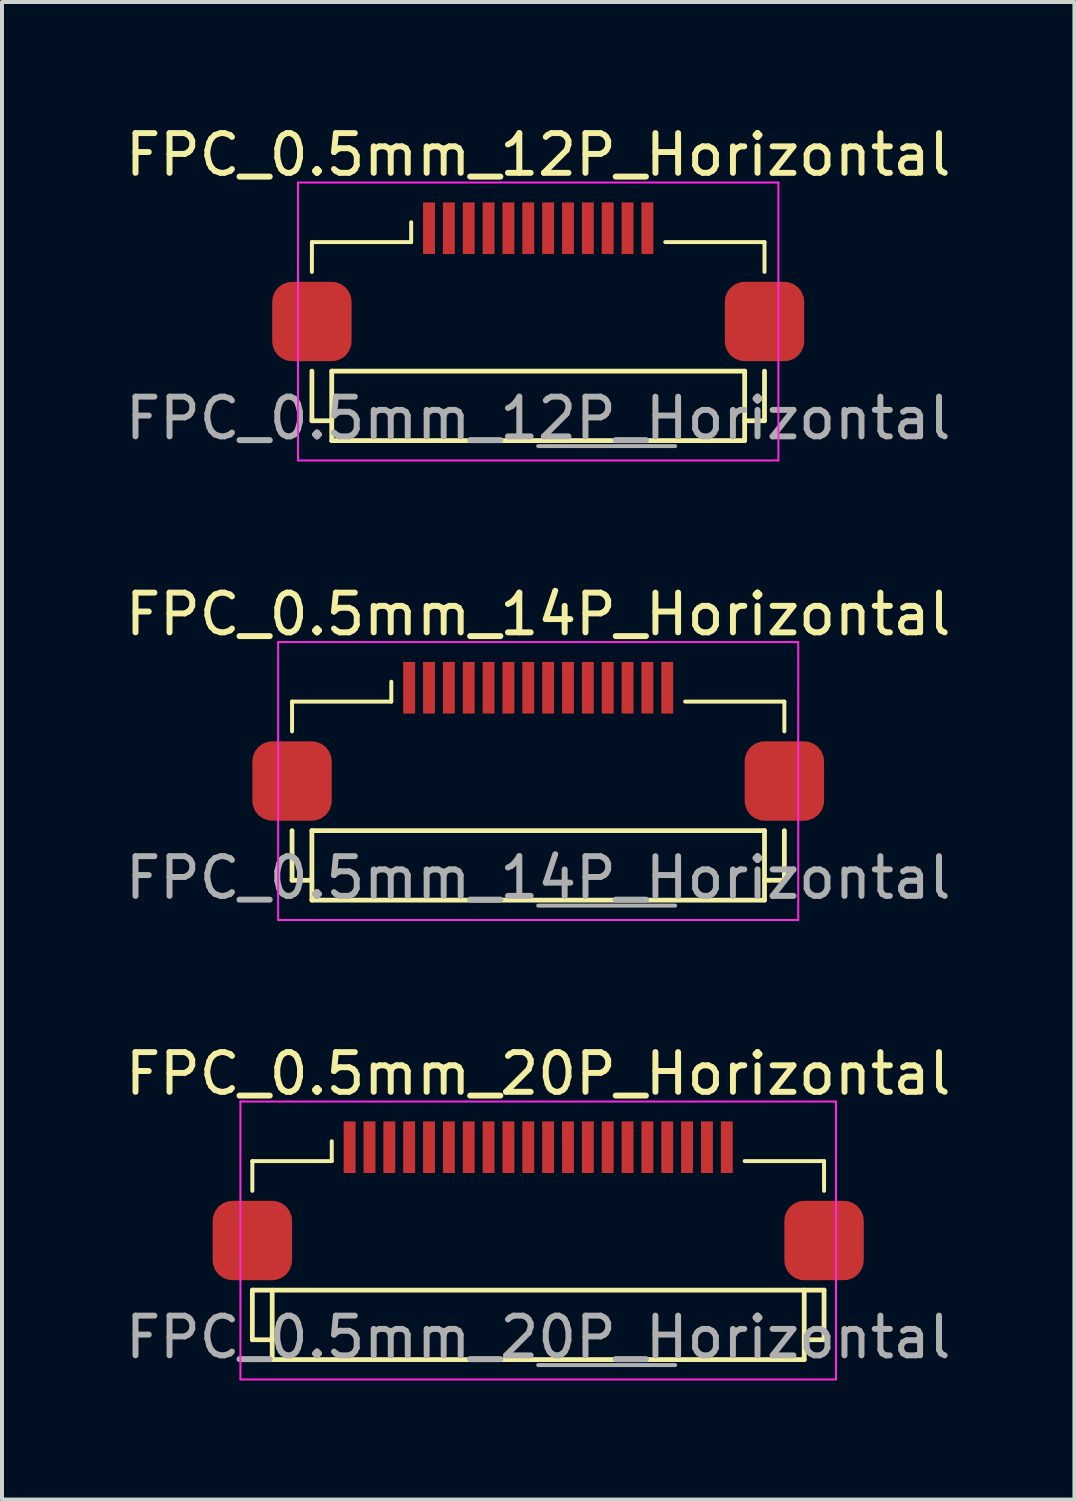
<source format=kicad_pcb>
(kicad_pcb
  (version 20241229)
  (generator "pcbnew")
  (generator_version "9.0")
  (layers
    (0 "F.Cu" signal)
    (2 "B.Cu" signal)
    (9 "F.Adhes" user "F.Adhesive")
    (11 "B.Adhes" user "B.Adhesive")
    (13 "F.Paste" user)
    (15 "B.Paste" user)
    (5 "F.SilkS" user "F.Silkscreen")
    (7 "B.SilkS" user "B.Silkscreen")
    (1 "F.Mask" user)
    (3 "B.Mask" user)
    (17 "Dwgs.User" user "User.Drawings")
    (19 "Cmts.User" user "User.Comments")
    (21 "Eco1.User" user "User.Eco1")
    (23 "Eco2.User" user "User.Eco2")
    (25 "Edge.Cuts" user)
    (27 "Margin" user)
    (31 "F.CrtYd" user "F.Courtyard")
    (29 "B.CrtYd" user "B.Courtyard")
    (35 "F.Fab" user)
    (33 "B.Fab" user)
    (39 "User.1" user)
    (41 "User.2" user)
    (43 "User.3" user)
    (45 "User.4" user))
  (footprint "FPC_0.5mm_20P_Horizontal"
    (layer "F.Cu")
    (at 10.506 27.695)
    (property "Reference" "FPC_0.5mm_20P_Horizontal" (at 0 -3.7 0) (layer "F.SilkS") (effects (font (size 1 1) (thickness 0.15))))
    (attr smd)
    (fp_line (start -7.2 -1.5) (end -7.2 -0.75) (stroke (width 0.1) (type solid)) (layer "F.SilkS"))
    (fp_line (start -7.2 1.75) (end -7.2 3) (stroke (width 0.12) (type solid)) (layer "F.SilkS"))
    (fp_line (start -7.2 1.75) (end 7.2 1.75) (stroke (width 0.12) (type default)) (layer "F.SilkS"))
    (fp_line (start -7.2 3) (end -6.7 3) (stroke (width 0.12) (type default)) (layer "F.SilkS"))
    (fp_line (start -6.7 1.75) (end -6.7 3.5) (stroke (width 0.12) (type default)) (layer "F.SilkS"))
    (fp_line (start -6.7 3.5) (end 6.7 3.5) (stroke (width 0.12) (type solid)) (layer "F.SilkS"))
    (fp_line (start -5.2 -1.5) (end -7.2 -1.5) (stroke (width 0.1) (type solid)) (layer "F.SilkS"))
    (fp_line (start -5.2 -1.5) (end -5.2 -2) (stroke (width 0.1) (type solid)) (layer "F.SilkS"))
    (fp_line (start 5.2 -1.5) (end 7.2 -1.5) (stroke (width 0.1) (type solid)) (layer "F.SilkS"))
    (fp_line (start 6.7 3.5) (end 6.7 1.75) (stroke (width 0.12) (type default)) (layer "F.SilkS"))
    (fp_line (start 7.2 -1.5) (end 7.2 -0.75) (stroke (width 0.1) (type solid)) (layer "F.SilkS"))
    (fp_line (start 7.2 1.75) (end 7.2 3) (stroke (width 0.12) (type solid)) (layer "F.SilkS"))
    (fp_line (start 7.2 3) (end 6.7 3) (stroke (width 0.12) (type default)) (layer "F.SilkS"))
    (fp_line (start -7.5 -3) (end -7.5 4) (stroke (width 0.05) (type solid)) (layer "F.CrtYd"))
    (fp_line (start -7.5 4) (end 7.5 4) (stroke (width 0.05) (type solid)) (layer "F.CrtYd"))
    (fp_line (start 7.5 -3) (end -7.5 -3) (stroke (width 0.05) (type solid)) (layer "F.CrtYd"))
    (fp_line (start 7.5 4) (end 7.5 -3) (stroke (width 0.05) (type solid)) (layer "F.CrtYd"))
    (fp_line (start 3.45 3.638) (end 0 3.638) (stroke (width 0.1) (type solid)) (layer "F.Fab"))
    (fp_text user "${REFERENCE}" (at 0 2.938 0) (layer "F.Fab") (effects (font (size 1 1) (thickness 0.15))))
    (pad "1" smd rect (at -4.75 -1.85) (size 0.3 1.3) (layers "F.Cu" "F.Mask" "F.Paste"))
    (pad "2" smd rect (at -4.25 -1.85) (size 0.3 1.3) (layers "F.Cu" "F.Mask" "F.Paste"))
    (pad "3" smd rect (at -3.75 -1.85) (size 0.3 1.3) (layers "F.Cu" "F.Mask" "F.Paste"))
    (pad "4" smd rect (at -3.25 -1.85) (size 0.3 1.3) (layers "F.Cu" "F.Mask" "F.Paste"))
    (pad "5" smd rect (at -2.75 -1.85) (size 0.3 1.3) (layers "F.Cu" "F.Mask" "F.Paste"))
    (pad "6" smd rect (at -2.25 -1.85) (size 0.3 1.3) (layers "F.Cu" "F.Mask" "F.Paste"))
    (pad "7" smd rect (at -1.75 -1.85) (size 0.3 1.3) (layers "F.Cu" "F.Mask" "F.Paste"))
    (pad "8" smd rect (at -1.25 -1.85) (size 0.3 1.3) (layers "F.Cu" "F.Mask" "F.Paste"))
    (pad "9" smd rect (at -0.75 -1.85) (size 0.3 1.3) (layers "F.Cu" "F.Mask" "F.Paste"))
    (pad "10" smd rect (at -0.25 -1.85) (size 0.3 1.3) (layers "F.Cu" "F.Mask" "F.Paste"))
    (pad "11" smd rect (at 0.25 -1.85) (size 0.3 1.3) (layers "F.Cu" "F.Mask" "F.Paste"))
    (pad "12" smd rect (at 0.75 -1.85) (size 0.3 1.3) (layers "F.Cu" "F.Mask" "F.Paste"))
    (pad "13" smd rect (at 1.25 -1.85) (size 0.3 1.3) (layers "F.Cu" "F.Mask" "F.Paste"))
    (pad "14" smd rect (at 1.75 -1.85) (size 0.3 1.3) (layers "F.Cu" "F.Mask" "F.Paste"))
    (pad "15" smd rect (at 2.25 -1.85) (size 0.3 1.3) (layers "F.Cu" "F.Mask" "F.Paste"))
    (pad "16" smd rect (at 2.75 -1.85) (size 0.3 1.3) (layers "F.Cu" "F.Mask" "F.Paste"))
    (pad "17" smd rect (at 3.25 -1.85) (size 0.3 1.3) (layers "F.Cu" "F.Mask" "F.Paste"))
    (pad "18" smd rect (at 3.75 -1.85) (size 0.3 1.3) (layers "F.Cu" "F.Mask" "F.Paste"))
    (pad "19" smd rect (at 4.25 -1.85) (size 0.3 1.3) (layers "F.Cu" "F.Mask" "F.Paste"))
    (pad "20" smd rect (at 4.75 -1.85) (size 0.3 1.3) (layers "F.Cu" "F.Mask" "F.Paste"))
    (pad "MP" smd roundrect (at -7.2 0.5) (size 2 2) (layers "F.Cu" "F.Mask" "F.Paste") (roundrect_rratio 0.25))
    (pad "MP" smd roundrect (at 7.2 0.5) (size 2 2) (layers "F.Cu" "F.Mask" "F.Paste") (roundrect_rratio 0.25)))
  (footprint "FPC_0.5mm_14P_Horizontal"
    (layer "F.Cu")
    (at 10.506 16.122)
    (property "Reference" "FPC_0.5mm_14P_Horizontal" (at 0 -3.7 0) (layer "F.SilkS") (effects (font (size 1 1) (thickness 0.15))))
    (attr smd)
    (fp_line (start -6.2 -1.5) (end -6.2 -0.75) (stroke (width 0.1) (type solid)) (layer "F.SilkS"))
    (fp_line (start -6.2 1.75) (end -6.2 3) (stroke (width 0.12) (type solid)) (layer "F.SilkS"))
    (fp_line (start -6.2 3) (end -5.7 3) (stroke (width 0.12) (type default)) (layer "F.SilkS"))
    (fp_line (start -5.7 1.75) (end -5.7 3.5) (stroke (width 0.12) (type default)) (layer "F.SilkS"))
    (fp_line (start -5.7 1.75) (end 5.7 1.75) (stroke (width 0.12) (type default)) (layer "F.SilkS"))
    (fp_line (start -5.7 3.5) (end 5.7 3.5) (stroke (width 0.12) (type solid)) (layer "F.SilkS"))
    (fp_line (start -3.7 -1.5) (end -6.2 -1.5) (stroke (width 0.1) (type solid)) (layer "F.SilkS"))
    (fp_line (start -3.7 -1.5) (end -3.7 -2) (stroke (width 0.1) (type solid)) (layer "F.SilkS"))
    (fp_line (start 3.7 -1.5) (end 6.2 -1.5) (stroke (width 0.1) (type solid)) (layer "F.SilkS"))
    (fp_line (start 5.7 3) (end 6.2 3) (stroke (width 0.12) (type default)) (layer "F.SilkS"))
    (fp_line (start 5.7 3.5) (end 5.7 1.75) (stroke (width 0.12) (type default)) (layer "F.SilkS"))
    (fp_line (start 6.2 -1.5) (end 6.2 -0.75) (stroke (width 0.1) (type solid)) (layer "F.SilkS"))
    (fp_line (start 6.2 1.75) (end 6.2 3) (stroke (width 0.12) (type solid)) (layer "F.SilkS"))
    (fp_line (start -6.55 -3) (end -6.55 4) (stroke (width 0.05) (type solid)) (layer "F.CrtYd"))
    (fp_line (start -6.55 4) (end 6.55 4) (stroke (width 0.05) (type solid)) (layer "F.CrtYd"))
    (fp_line (start 6.55 -3) (end -6.55 -3) (stroke (width 0.05) (type solid)) (layer "F.CrtYd"))
    (fp_line (start 6.55 4) (end 6.55 -3) (stroke (width 0.05) (type solid)) (layer "F.CrtYd"))
    (fp_line (start 3.45 3.638) (end 0 3.638) (stroke (width 0.1) (type solid)) (layer "F.Fab"))
    (fp_text user "${REFERENCE}" (at 0 2.938 0) (layer "F.Fab") (effects (font (size 1 1) (thickness 0.15))))
    (pad "1" smd rect (at -3.25 -1.85) (size 0.3 1.3) (layers "F.Cu" "F.Mask" "F.Paste"))
    (pad "2" smd rect (at -2.75 -1.85) (size 0.3 1.3) (layers "F.Cu" "F.Mask" "F.Paste"))
    (pad "3" smd rect (at -2.25 -1.85) (size 0.3 1.3) (layers "F.Cu" "F.Mask" "F.Paste"))
    (pad "4" smd rect (at -1.75 -1.85) (size 0.3 1.3) (layers "F.Cu" "F.Mask" "F.Paste"))
    (pad "5" smd rect (at -1.25 -1.85) (size 0.3 1.3) (layers "F.Cu" "F.Mask" "F.Paste"))
    (pad "6" smd rect (at -0.75 -1.85) (size 0.3 1.3) (layers "F.Cu" "F.Mask" "F.Paste"))
    (pad "7" smd rect (at -0.25 -1.85) (size 0.3 1.3) (layers "F.Cu" "F.Mask" "F.Paste"))
    (pad "8" smd rect (at 0.25 -1.85) (size 0.3 1.3) (layers "F.Cu" "F.Mask" "F.Paste"))
    (pad "9" smd rect (at 0.75 -1.85) (size 0.3 1.3) (layers "F.Cu" "F.Mask" "F.Paste"))
    (pad "10" smd rect (at 1.25 -1.85) (size 0.3 1.3) (layers "F.Cu" "F.Mask" "F.Paste"))
    (pad "11" smd rect (at 1.75 -1.85) (size 0.3 1.3) (layers "F.Cu" "F.Mask" "F.Paste"))
    (pad "12" smd rect (at 2.25 -1.85) (size 0.3 1.3) (layers "F.Cu" "F.Mask" "F.Paste"))
    (pad "13" smd rect (at 2.75 -1.85) (size 0.3 1.3) (layers "F.Cu" "F.Mask" "F.Paste"))
    (pad "14" smd rect (at 3.25 -1.85) (size 0.3 1.3) (layers "F.Cu" "F.Mask" "F.Paste"))
    (pad "MP" smd roundrect (at -6.2 0.5) (size 2 2) (layers "F.Cu" "F.Mask" "F.Paste") (roundrect_rratio 0.25))
    (pad "MP" smd roundrect (at 6.2 0.5) (size 2 2) (layers "F.Cu" "F.Mask" "F.Paste") (roundrect_rratio 0.25)))
  (footprint "FPC_0.5mm_12P_Horizontal"
    (layer "F.Cu")
    (at 10.506 4.548)
    (property "Reference" "FPC_0.5mm_12P_Horizontal" (at 0 -3.7 0) (layer "F.SilkS") (effects (font (size 1 1) (thickness 0.15))))
    (attr smd)
    (fp_line (start -5.7 -1.5) (end -5.7 -0.75) (stroke (width 0.1) (type solid)) (layer "F.SilkS"))
    (fp_line (start -5.7 1.75) (end -5.7 3) (stroke (width 0.12) (type solid)) (layer "F.SilkS"))
    (fp_line (start -5.7 3) (end -5.2 3) (stroke (width 0.12) (type default)) (layer "F.SilkS"))
    (fp_line (start -5.2 1.75) (end -5.2 3.5) (stroke (width 0.12) (type default)) (layer "F.SilkS"))
    (fp_line (start -5.2 1.75) (end 5.2 1.75) (stroke (width 0.12) (type default)) (layer "F.SilkS"))
    (fp_line (start -5.2 3.5) (end 5.2 3.5) (stroke (width 0.12) (type solid)) (layer "F.SilkS"))
    (fp_line (start -3.2 -1.5) (end -5.7 -1.5) (stroke (width 0.1) (type solid)) (layer "F.SilkS"))
    (fp_line (start -3.2 -1.5) (end -3.2 -2) (stroke (width 0.1) (type solid)) (layer "F.SilkS"))
    (fp_line (start 3.2 -1.5) (end 5.7 -1.5) (stroke (width 0.1) (type solid)) (layer "F.SilkS"))
    (fp_line (start 5.2 3) (end 5.7 3) (stroke (width 0.12) (type default)) (layer "F.SilkS"))
    (fp_line (start 5.2 3.5) (end 5.2 1.75) (stroke (width 0.12) (type default)) (layer "F.SilkS"))
    (fp_line (start 5.7 -1.5) (end 5.7 -0.75) (stroke (width 0.1) (type solid)) (layer "F.SilkS"))
    (fp_line (start 5.7 1.75) (end 5.7 3) (stroke (width 0.12) (type solid)) (layer "F.SilkS"))
    (fp_line (start -6.05 -3) (end -6.05 4) (stroke (width 0.05) (type solid)) (layer "F.CrtYd"))
    (fp_line (start -6.05 4) (end 6.05 4) (stroke (width 0.05) (type solid)) (layer "F.CrtYd"))
    (fp_line (start 6.05 -3) (end -6.05 -3) (stroke (width 0.05) (type solid)) (layer "F.CrtYd"))
    (fp_line (start 6.05 4) (end 6.05 -3) (stroke (width 0.05) (type solid)) (layer "F.CrtYd"))
    (fp_line (start 3.45 3.638) (end 0 3.638) (stroke (width 0.1) (type solid)) (layer "F.Fab"))
    (fp_text user "${REFERENCE}" (at 0 2.938 0) (layer "F.Fab") (effects (font (size 1 1) (thickness 0.15))))
    (pad "1" smd rect (at -2.75 -1.85) (size 0.3 1.3) (layers "F.Cu" "F.Mask" "F.Paste"))
    (pad "2" smd rect (at -2.25 -1.85) (size 0.3 1.3) (layers "F.Cu" "F.Mask" "F.Paste"))
    (pad "3" smd rect (at -1.75 -1.85) (size 0.3 1.3) (layers "F.Cu" "F.Mask" "F.Paste"))
    (pad "4" smd rect (at -1.25 -1.85) (size 0.3 1.3) (layers "F.Cu" "F.Mask" "F.Paste"))
    (pad "5" smd rect (at -0.75 -1.85) (size 0.3 1.3) (layers "F.Cu" "F.Mask" "F.Paste"))
    (pad "6" smd rect (at -0.25 -1.85) (size 0.3 1.3) (layers "F.Cu" "F.Mask" "F.Paste"))
    (pad "7" smd rect (at 0.25 -1.85) (size 0.3 1.3) (layers "F.Cu" "F.Mask" "F.Paste"))
    (pad "8" smd rect (at 0.75 -1.85) (size 0.3 1.3) (layers "F.Cu" "F.Mask" "F.Paste"))
    (pad "9" smd rect (at 1.25 -1.85) (size 0.3 1.3) (layers "F.Cu" "F.Mask" "F.Paste"))
    (pad "10" smd rect (at 1.75 -1.85) (size 0.3 1.3) (layers "F.Cu" "F.Mask" "F.Paste"))
    (pad "11" smd rect (at 2.25 -1.85) (size 0.3 1.3) (layers "F.Cu" "F.Mask" "F.Paste"))
    (pad "12" smd rect (at 2.75 -1.85) (size 0.3 1.3) (layers "F.Cu" "F.Mask" "F.Paste"))
    (pad "MP" smd roundrect (at -5.7 0.5) (size 2 2) (layers "F.Cu" "F.Mask" "F.Paste") (roundrect_rratio 0.25))
    (pad "MP" smd roundrect (at 5.7 0.5) (size 2 2) (layers "F.Cu" "F.Mask" "F.Paste") (roundrect_rratio 0.25)))
  (gr_rect
    (start -3 -3)
    (end 24.012 34.72)
    (stroke (width 0.1) (type default))
    (fill no)
    (layer "Edge.Cuts")))
</source>
